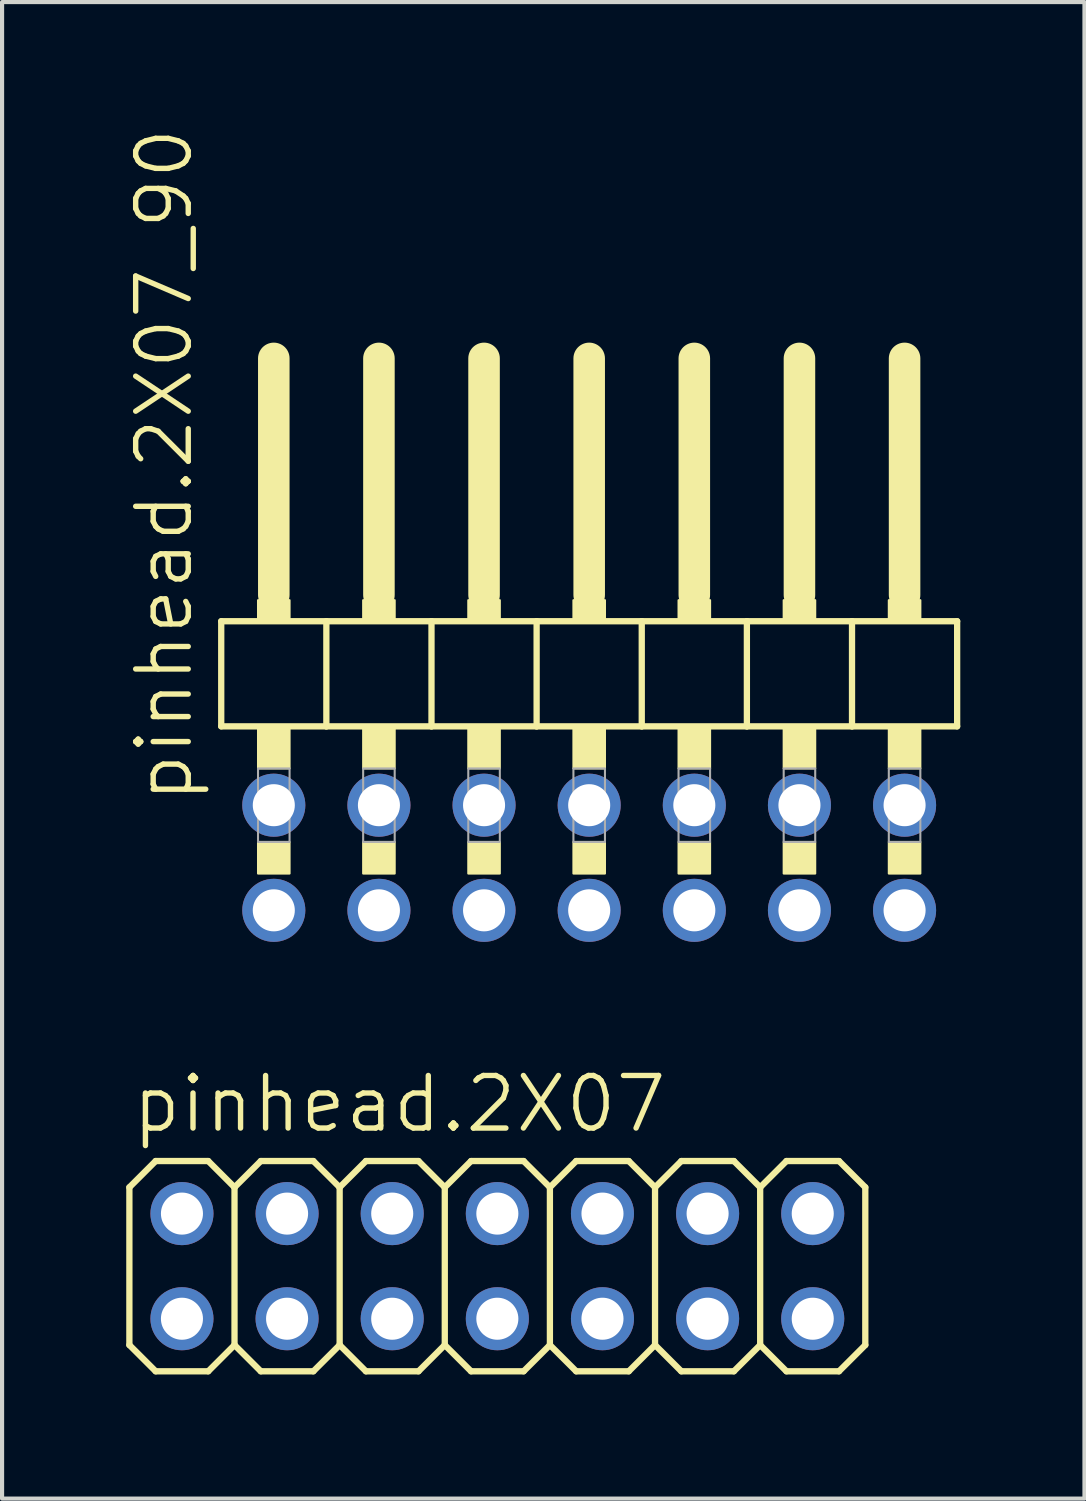
<source format=kicad_pcb>
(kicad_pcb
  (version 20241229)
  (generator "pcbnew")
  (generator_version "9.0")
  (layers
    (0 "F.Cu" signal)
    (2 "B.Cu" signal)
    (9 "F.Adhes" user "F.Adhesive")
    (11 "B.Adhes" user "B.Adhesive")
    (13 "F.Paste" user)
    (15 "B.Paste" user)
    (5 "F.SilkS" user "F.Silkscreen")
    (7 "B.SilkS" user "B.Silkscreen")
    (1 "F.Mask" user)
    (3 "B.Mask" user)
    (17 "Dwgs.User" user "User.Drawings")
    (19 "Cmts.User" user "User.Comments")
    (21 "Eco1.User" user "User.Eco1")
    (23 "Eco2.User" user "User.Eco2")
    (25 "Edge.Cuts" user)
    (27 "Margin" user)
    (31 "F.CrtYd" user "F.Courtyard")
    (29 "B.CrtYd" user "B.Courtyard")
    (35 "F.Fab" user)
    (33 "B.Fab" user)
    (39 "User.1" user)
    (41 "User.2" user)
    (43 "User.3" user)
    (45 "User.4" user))
  (footprint "pinhead.2X07_90"
    (layer "F.Cu")
    (at 11.185 12.594)
    (property "Reference" "pinhead.2X07_90" (at -9.525 3.81 90) (layer "F.SilkS") (effects (font (size 1.27 1.27) (thickness 0.13)) (justify left bottom)))
    (attr through_hole)
    (fp_line (start -8.89 -0.635) (end -8.89 1.905) (stroke (width 0.152) (type default)) (layer "F.SilkS"))
    (fp_line (start -8.89 1.905) (end -6.35 1.905) (stroke (width 0.152) (type default)) (layer "F.SilkS"))
    (fp_line (start -7.62 -6.985) (end -7.62 -1.27) (stroke (width 0.762) (type default)) (layer "F.SilkS"))
    (fp_line (start -6.35 -0.635) (end -8.89 -0.635) (stroke (width 0.152) (type default)) (layer "F.SilkS"))
    (fp_line (start -6.35 1.905) (end -6.35 -0.635) (stroke (width 0.152) (type default)) (layer "F.SilkS"))
    (fp_line (start -6.35 1.905) (end -3.81 1.905) (stroke (width 0.152) (type default)) (layer "F.SilkS"))
    (fp_line (start -5.08 -6.985) (end -5.08 -1.27) (stroke (width 0.762) (type default)) (layer "F.SilkS"))
    (fp_line (start -3.81 -0.635) (end -6.35 -0.635) (stroke (width 0.152) (type default)) (layer "F.SilkS"))
    (fp_line (start -3.81 1.905) (end -3.81 -0.635) (stroke (width 0.152) (type default)) (layer "F.SilkS"))
    (fp_line (start -3.81 1.905) (end -1.27 1.905) (stroke (width 0.152) (type default)) (layer "F.SilkS"))
    (fp_line (start -2.54 -6.985) (end -2.54 -1.27) (stroke (width 0.762) (type default)) (layer "F.SilkS"))
    (fp_line (start -1.27 -0.635) (end -3.81 -0.635) (stroke (width 0.152) (type default)) (layer "F.SilkS"))
    (fp_line (start -1.27 1.905) (end -1.27 -0.635) (stroke (width 0.152) (type default)) (layer "F.SilkS"))
    (fp_line (start -1.27 1.905) (end 1.27 1.905) (stroke (width 0.152) (type default)) (layer "F.SilkS"))
    (fp_line (start 0 -6.985) (end 0 -1.27) (stroke (width 0.762) (type default)) (layer "F.SilkS"))
    (fp_line (start 1.27 -0.635) (end -1.27 -0.635) (stroke (width 0.152) (type default)) (layer "F.SilkS"))
    (fp_line (start 1.27 1.905) (end 1.27 -0.635) (stroke (width 0.152) (type default)) (layer "F.SilkS"))
    (fp_line (start 1.27 1.905) (end 3.81 1.905) (stroke (width 0.152) (type default)) (layer "F.SilkS"))
    (fp_line (start 2.54 -6.985) (end 2.54 -1.27) (stroke (width 0.762) (type default)) (layer "F.SilkS"))
    (fp_line (start 3.81 -0.635) (end 1.27 -0.635) (stroke (width 0.152) (type default)) (layer "F.SilkS"))
    (fp_line (start 3.81 1.905) (end 3.81 -0.635) (stroke (width 0.152) (type default)) (layer "F.SilkS"))
    (fp_line (start 3.81 1.905) (end 6.35 1.905) (stroke (width 0.152) (type default)) (layer "F.SilkS"))
    (fp_line (start 5.08 -6.985) (end 5.08 -1.27) (stroke (width 0.762) (type default)) (layer "F.SilkS"))
    (fp_line (start 6.35 -0.635) (end 3.81 -0.635) (stroke (width 0.152) (type default)) (layer "F.SilkS"))
    (fp_line (start 6.35 1.905) (end 6.35 -0.635) (stroke (width 0.152) (type default)) (layer "F.SilkS"))
    (fp_line (start 6.35 1.905) (end 8.89 1.905) (stroke (width 0.152) (type default)) (layer "F.SilkS"))
    (fp_line (start 7.62 -6.985) (end 7.62 -1.27) (stroke (width 0.762) (type default)) (layer "F.SilkS"))
    (fp_line (start 8.89 -0.635) (end 6.35 -0.635) (stroke (width 0.152) (type default)) (layer "F.SilkS"))
    (fp_line (start 8.89 1.905) (end 8.89 -0.635) (stroke (width 0.152) (type default)) (layer "F.SilkS"))
    (fp_rect (start -8.001 -0.635) (end -7.239 -1.143) (stroke (width 0.05) (type default)) (fill yes) (layer "F.SilkS"))
    (fp_rect (start -8.001 2.921) (end -7.239 1.905) (stroke (width 0.05) (type default)) (fill yes) (layer "F.SilkS"))
    (fp_rect (start -8.001 5.461) (end -7.239 4.699) (stroke (width 0.05) (type default)) (fill yes) (layer "F.SilkS"))
    (fp_rect (start -5.461 -0.635) (end -4.699 -1.143) (stroke (width 0.05) (type default)) (fill yes) (layer "F.SilkS"))
    (fp_rect (start -5.461 2.921) (end -4.699 1.905) (stroke (width 0.05) (type default)) (fill yes) (layer "F.SilkS"))
    (fp_rect (start -5.461 5.461) (end -4.699 4.699) (stroke (width 0.05) (type default)) (fill yes) (layer "F.SilkS"))
    (fp_rect (start -2.921 -0.635) (end -2.159 -1.143) (stroke (width 0.05) (type default)) (fill yes) (layer "F.SilkS"))
    (fp_rect (start -2.921 2.921) (end -2.159 1.905) (stroke (width 0.05) (type default)) (fill yes) (layer "F.SilkS"))
    (fp_rect (start -2.921 5.461) (end -2.159 4.699) (stroke (width 0.05) (type default)) (fill yes) (layer "F.SilkS"))
    (fp_rect (start -0.381 -0.635) (end 0.381 -1.143) (stroke (width 0.05) (type default)) (fill yes) (layer "F.SilkS"))
    (fp_rect (start -0.381 2.921) (end 0.381 1.905) (stroke (width 0.05) (type default)) (fill yes) (layer "F.SilkS"))
    (fp_rect (start -0.381 5.461) (end 0.381 4.699) (stroke (width 0.05) (type default)) (fill yes) (layer "F.SilkS"))
    (fp_rect (start 2.159 -0.635) (end 2.921 -1.143) (stroke (width 0.05) (type default)) (fill yes) (layer "F.SilkS"))
    (fp_rect (start 2.159 2.921) (end 2.921 1.905) (stroke (width 0.05) (type default)) (fill yes) (layer "F.SilkS"))
    (fp_rect (start 2.159 5.461) (end 2.921 4.699) (stroke (width 0.05) (type default)) (fill yes) (layer "F.SilkS"))
    (fp_rect (start 4.699 -0.635) (end 5.461 -1.143) (stroke (width 0.05) (type default)) (fill yes) (layer "F.SilkS"))
    (fp_rect (start 4.699 2.921) (end 5.461 1.905) (stroke (width 0.05) (type default)) (fill yes) (layer "F.SilkS"))
    (fp_rect (start 4.699 5.461) (end 5.461 4.699) (stroke (width 0.05) (type default)) (fill yes) (layer "F.SilkS"))
    (fp_rect (start 7.239 -0.635) (end 8.001 -1.143) (stroke (width 0.05) (type default)) (fill yes) (layer "F.SilkS"))
    (fp_rect (start 7.239 2.921) (end 8.001 1.905) (stroke (width 0.05) (type default)) (fill yes) (layer "F.SilkS"))
    (fp_rect (start 7.239 5.461) (end 8.001 4.699) (stroke (width 0.05) (type default)) (fill yes) (layer "F.SilkS"))
    (fp_rect (start -8.001 4.699) (end -7.239 2.921) (stroke (width 0.05) (type default)) (fill no) (layer "F.Fab"))
    (fp_rect (start -5.461 4.699) (end -4.699 2.921) (stroke (width 0.05) (type default)) (fill no) (layer "F.Fab"))
    (fp_rect (start -2.921 4.699) (end -2.159 2.921) (stroke (width 0.05) (type default)) (fill no) (layer "F.Fab"))
    (fp_rect (start -0.381 4.699) (end 0.381 2.921) (stroke (width 0.05) (type default)) (fill no) (layer "F.Fab"))
    (fp_rect (start 2.159 4.699) (end 2.921 2.921) (stroke (width 0.05) (type default)) (fill no) (layer "F.Fab"))
    (fp_rect (start 4.699 4.699) (end 5.461 2.921) (stroke (width 0.05) (type default)) (fill no) (layer "F.Fab"))
    (fp_rect (start 7.239 4.699) (end 8.001 2.921) (stroke (width 0.05) (type default)) (fill no) (layer "F.Fab"))
    (pad "1" thru_hole circle (at -7.62 6.35) (size 1.524 1.524) (drill 1.016) (layers "*.Cu" "*.Mask"))
    (pad "2" thru_hole circle (at -7.62 3.81) (size 1.524 1.524) (drill 1.016) (layers "*.Cu" "*.Mask"))
    (pad "3" thru_hole circle (at -5.08 6.35) (size 1.524 1.524) (drill 1.016) (layers "*.Cu" "*.Mask"))
    (pad "4" thru_hole circle (at -5.08 3.81) (size 1.524 1.524) (drill 1.016) (layers "*.Cu" "*.Mask"))
    (pad "5" thru_hole circle (at -2.54 6.35) (size 1.524 1.524) (drill 1.016) (layers "*.Cu" "*.Mask"))
    (pad "6" thru_hole circle (at -2.54 3.81) (size 1.524 1.524) (drill 1.016) (layers "*.Cu" "*.Mask"))
    (pad "7" thru_hole circle (at 0 6.35) (size 1.524 1.524) (drill 1.016) (layers "*.Cu" "*.Mask"))
    (pad "8" thru_hole circle (at 0 3.81) (size 1.524 1.524) (drill 1.016) (layers "*.Cu" "*.Mask"))
    (pad "9" thru_hole circle (at 2.54 6.35) (size 1.524 1.524) (drill 1.016) (layers "*.Cu" "*.Mask"))
    (pad "10" thru_hole circle (at 2.54 3.81) (size 1.524 1.524) (drill 1.016) (layers "*.Cu" "*.Mask"))
    (pad "11" thru_hole circle (at 5.08 6.35) (size 1.524 1.524) (drill 1.016) (layers "*.Cu" "*.Mask"))
    (pad "12" thru_hole circle (at 5.08 3.81) (size 1.524 1.524) (drill 1.016) (layers "*.Cu" "*.Mask"))
    (pad "13" thru_hole circle (at 7.62 6.35) (size 1.524 1.524) (drill 1.016) (layers "*.Cu" "*.Mask"))
    (pad "14" thru_hole circle (at 7.62 3.81) (size 1.524 1.524) (drill 1.016) (layers "*.Cu" "*.Mask")))
  (footprint "pinhead.2X07"
    (layer "F.Cu")
    (at 8.966 27.541)
    (property "Reference" "pinhead.2X07" (at -8.89 -3.175 0) (layer "F.SilkS") (effects (font (size 1.27 1.27) (thickness 0.13)) (justify left bottom)))
    (attr through_hole)
    (fp_line (start -8.89 -1.905) (end -8.255 -2.54) (stroke (width 0.152) (type default)) (layer "F.SilkS"))
    (fp_line (start -8.89 1.905) (end -8.89 -1.905) (stroke (width 0.152) (type default)) (layer "F.SilkS"))
    (fp_line (start -8.89 1.905) (end -8.255 2.54) (stroke (width 0.152) (type default)) (layer "F.SilkS"))
    (fp_line (start -8.255 -2.54) (end -6.985 -2.54) (stroke (width 0.152) (type default)) (layer "F.SilkS"))
    (fp_line (start -8.255 2.54) (end -6.985 2.54) (stroke (width 0.152) (type default)) (layer "F.SilkS"))
    (fp_line (start -6.985 -2.54) (end -6.35 -1.905) (stroke (width 0.152) (type default)) (layer "F.SilkS"))
    (fp_line (start -6.985 2.54) (end -6.35 1.905) (stroke (width 0.152) (type default)) (layer "F.SilkS"))
    (fp_line (start -6.35 -1.905) (end -6.35 1.905) (stroke (width 0.152) (type default)) (layer "F.SilkS"))
    (fp_line (start -6.35 -1.905) (end -5.715 -2.54) (stroke (width 0.152) (type default)) (layer "F.SilkS"))
    (fp_line (start -6.35 1.905) (end -5.715 2.54) (stroke (width 0.152) (type default)) (layer "F.SilkS"))
    (fp_line (start -5.715 -2.54) (end -4.445 -2.54) (stroke (width 0.152) (type default)) (layer "F.SilkS"))
    (fp_line (start -5.715 2.54) (end -4.445 2.54) (stroke (width 0.152) (type default)) (layer "F.SilkS"))
    (fp_line (start -4.445 -2.54) (end -3.81 -1.905) (stroke (width 0.152) (type default)) (layer "F.SilkS"))
    (fp_line (start -4.445 2.54) (end -3.81 1.905) (stroke (width 0.152) (type default)) (layer "F.SilkS"))
    (fp_line (start -3.81 -1.905) (end -3.81 1.905) (stroke (width 0.152) (type default)) (layer "F.SilkS"))
    (fp_line (start -3.81 -1.905) (end -3.175 -2.54) (stroke (width 0.152) (type default)) (layer "F.SilkS"))
    (fp_line (start -3.81 1.905) (end -3.175 2.54) (stroke (width 0.152) (type default)) (layer "F.SilkS"))
    (fp_line (start -3.175 -2.54) (end -1.905 -2.54) (stroke (width 0.152) (type default)) (layer "F.SilkS"))
    (fp_line (start -3.175 2.54) (end -1.905 2.54) (stroke (width 0.152) (type default)) (layer "F.SilkS"))
    (fp_line (start -1.905 -2.54) (end -1.27 -1.905) (stroke (width 0.152) (type default)) (layer "F.SilkS"))
    (fp_line (start -1.905 2.54) (end -1.27 1.905) (stroke (width 0.152) (type default)) (layer "F.SilkS"))
    (fp_line (start -1.27 -1.905) (end -1.27 1.905) (stroke (width 0.152) (type default)) (layer "F.SilkS"))
    (fp_line (start -1.27 -1.905) (end -0.635 -2.54) (stroke (width 0.152) (type default)) (layer "F.SilkS"))
    (fp_line (start -1.27 1.905) (end -0.635 2.54) (stroke (width 0.152) (type default)) (layer "F.SilkS"))
    (fp_line (start -0.635 -2.54) (end 0.635 -2.54) (stroke (width 0.152) (type default)) (layer "F.SilkS"))
    (fp_line (start -0.635 2.54) (end 0.635 2.54) (stroke (width 0.152) (type default)) (layer "F.SilkS"))
    (fp_line (start 0.635 -2.54) (end 1.27 -1.905) (stroke (width 0.152) (type default)) (layer "F.SilkS"))
    (fp_line (start 0.635 2.54) (end 1.27 1.905) (stroke (width 0.152) (type default)) (layer "F.SilkS"))
    (fp_line (start 1.27 -1.905) (end 1.27 1.905) (stroke (width 0.152) (type default)) (layer "F.SilkS"))
    (fp_line (start 1.27 -1.905) (end 1.905 -2.54) (stroke (width 0.152) (type default)) (layer "F.SilkS"))
    (fp_line (start 1.27 1.905) (end 1.905 2.54) (stroke (width 0.152) (type default)) (layer "F.SilkS"))
    (fp_line (start 1.905 -2.54) (end 3.175 -2.54) (stroke (width 0.152) (type default)) (layer "F.SilkS"))
    (fp_line (start 1.905 2.54) (end 3.175 2.54) (stroke (width 0.152) (type default)) (layer "F.SilkS"))
    (fp_line (start 3.175 -2.54) (end 3.81 -1.905) (stroke (width 0.152) (type default)) (layer "F.SilkS"))
    (fp_line (start 3.175 2.54) (end 3.81 1.905) (stroke (width 0.152) (type default)) (layer "F.SilkS"))
    (fp_line (start 3.81 -1.905) (end 3.81 1.905) (stroke (width 0.152) (type default)) (layer "F.SilkS"))
    (fp_line (start 3.81 -1.905) (end 4.445 -2.54) (stroke (width 0.152) (type default)) (layer "F.SilkS"))
    (fp_line (start 3.81 1.905) (end 4.445 2.54) (stroke (width 0.152) (type default)) (layer "F.SilkS"))
    (fp_line (start 4.445 -2.54) (end 5.715 -2.54) (stroke (width 0.152) (type default)) (layer "F.SilkS"))
    (fp_line (start 4.445 2.54) (end 5.715 2.54) (stroke (width 0.152) (type default)) (layer "F.SilkS"))
    (fp_line (start 5.715 -2.54) (end 6.35 -1.905) (stroke (width 0.152) (type default)) (layer "F.SilkS"))
    (fp_line (start 5.715 2.54) (end 6.35 1.905) (stroke (width 0.152) (type default)) (layer "F.SilkS"))
    (fp_line (start 6.35 -1.905) (end 6.35 1.905) (stroke (width 0.152) (type default)) (layer "F.SilkS"))
    (fp_line (start 6.35 -1.905) (end 6.985 -2.54) (stroke (width 0.152) (type default)) (layer "F.SilkS"))
    (fp_line (start 6.35 1.905) (end 6.985 2.54) (stroke (width 0.152) (type default)) (layer "F.SilkS"))
    (fp_line (start 6.985 -2.54) (end 8.255 -2.54) (stroke (width 0.152) (type default)) (layer "F.SilkS"))
    (fp_line (start 6.985 2.54) (end 8.255 2.54) (stroke (width 0.152) (type default)) (layer "F.SilkS"))
    (fp_line (start 8.255 -2.54) (end 8.89 -1.905) (stroke (width 0.152) (type default)) (layer "F.SilkS"))
    (fp_line (start 8.255 2.54) (end 8.89 1.905) (stroke (width 0.152) (type default)) (layer "F.SilkS"))
    (fp_line (start 8.89 -1.905) (end 8.89 1.905) (stroke (width 0.152) (type default)) (layer "F.SilkS"))
    (fp_rect (start -7.874 -1.016) (end -7.366 -1.524) (stroke (width 0.05) (type default)) (fill no) (layer "F.Fab"))
    (fp_rect (start -7.874 1.524) (end -7.366 1.016) (stroke (width 0.05) (type default)) (fill no) (layer "F.Fab"))
    (fp_rect (start -5.334 -1.016) (end -4.826 -1.524) (stroke (width 0.05) (type default)) (fill no) (layer "F.Fab"))
    (fp_rect (start -5.334 1.524) (end -4.826 1.016) (stroke (width 0.05) (type default)) (fill no) (layer "F.Fab"))
    (fp_rect (start -2.794 -1.016) (end -2.286 -1.524) (stroke (width 0.05) (type default)) (fill no) (layer "F.Fab"))
    (fp_rect (start -2.794 1.524) (end -2.286 1.016) (stroke (width 0.05) (type default)) (fill no) (layer "F.Fab"))
    (fp_rect (start -0.254 -1.016) (end 0.254 -1.524) (stroke (width 0.05) (type default)) (fill no) (layer "F.Fab"))
    (fp_rect (start -0.254 1.524) (end 0.254 1.016) (stroke (width 0.05) (type default)) (fill no) (layer "F.Fab"))
    (fp_rect (start 2.286 -1.016) (end 2.794 -1.524) (stroke (width 0.05) (type default)) (fill no) (layer "F.Fab"))
    (fp_rect (start 2.286 1.524) (end 2.794 1.016) (stroke (width 0.05) (type default)) (fill no) (layer "F.Fab"))
    (fp_rect (start 4.826 -1.016) (end 5.334 -1.524) (stroke (width 0.05) (type default)) (fill no) (layer "F.Fab"))
    (fp_rect (start 4.826 1.524) (end 5.334 1.016) (stroke (width 0.05) (type default)) (fill no) (layer "F.Fab"))
    (fp_rect (start 7.366 -1.016) (end 7.874 -1.524) (stroke (width 0.05) (type default)) (fill no) (layer "F.Fab"))
    (fp_rect (start 7.366 1.524) (end 7.874 1.016) (stroke (width 0.05) (type default)) (fill no) (layer "F.Fab"))
    (pad "1" thru_hole circle (at -7.62 1.27) (size 1.524 1.524) (drill 1.016) (layers "*.Cu" "*.Mask"))
    (pad "2" thru_hole circle (at -7.62 -1.27) (size 1.524 1.524) (drill 1.016) (layers "*.Cu" "*.Mask"))
    (pad "3" thru_hole circle (at -5.08 1.27) (size 1.524 1.524) (drill 1.016) (layers "*.Cu" "*.Mask"))
    (pad "4" thru_hole circle (at -5.08 -1.27) (size 1.524 1.524) (drill 1.016) (layers "*.Cu" "*.Mask"))
    (pad "5" thru_hole circle (at -2.54 1.27) (size 1.524 1.524) (drill 1.016) (layers "*.Cu" "*.Mask"))
    (pad "6" thru_hole circle (at -2.54 -1.27) (size 1.524 1.524) (drill 1.016) (layers "*.Cu" "*.Mask"))
    (pad "7" thru_hole circle (at 0 1.27) (size 1.524 1.524) (drill 1.016) (layers "*.Cu" "*.Mask"))
    (pad "8" thru_hole circle (at 0 -1.27) (size 1.524 1.524) (drill 1.016) (layers "*.Cu" "*.Mask"))
    (pad "9" thru_hole circle (at 2.54 1.27) (size 1.524 1.524) (drill 1.016) (layers "*.Cu" "*.Mask"))
    (pad "10" thru_hole circle (at 2.54 -1.27) (size 1.524 1.524) (drill 1.016) (layers "*.Cu" "*.Mask"))
    (pad "11" thru_hole circle (at 5.08 1.27) (size 1.524 1.524) (drill 1.016) (layers "*.Cu" "*.Mask"))
    (pad "12" thru_hole circle (at 5.08 -1.27) (size 1.524 1.524) (drill 1.016) (layers "*.Cu" "*.Mask"))
    (pad "13" thru_hole circle (at 7.62 1.27) (size 1.524 1.524) (drill 1.016) (layers "*.Cu" "*.Mask"))
    (pad "14" thru_hole circle (at 7.62 -1.27) (size 1.524 1.524) (drill 1.016) (layers "*.Cu" "*.Mask")))
  (gr_rect
    (start -3 -3)
    (end 23.151 33.157)
    (stroke (width 0.1) (type default))
    (fill no)
    (layer "Edge.Cuts")))
</source>
